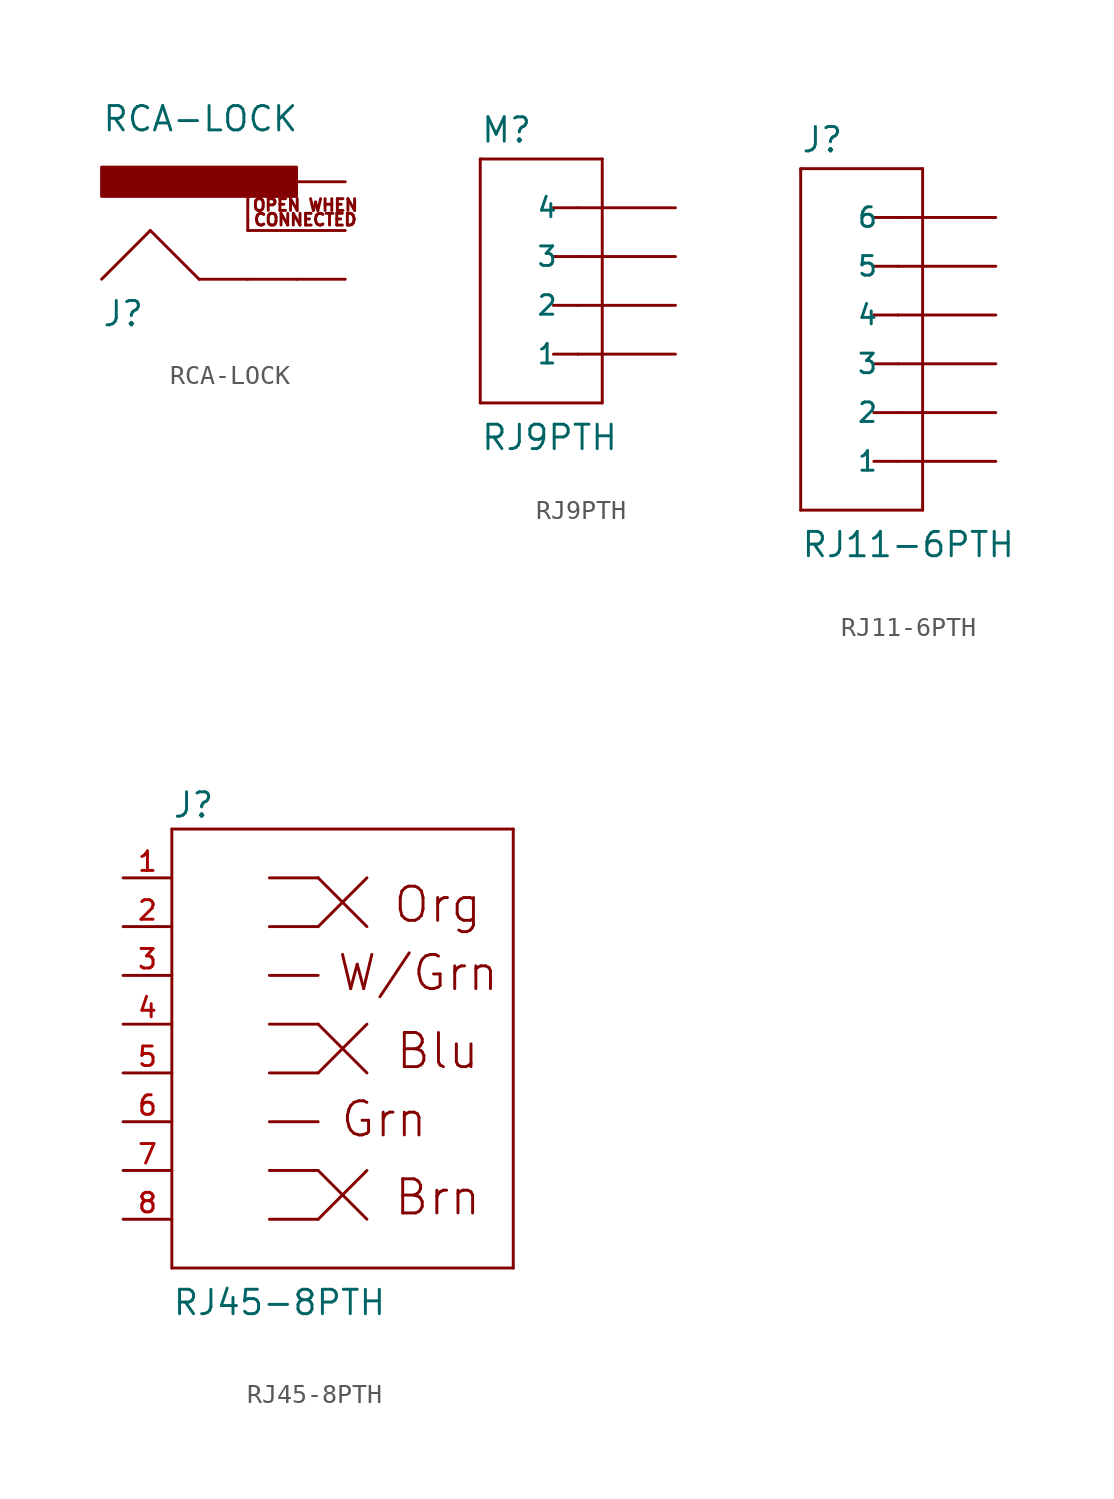
<source format=kicad_sym>
(kicad_symbol_lib
  (version 20211014)
  (generator kicad_symbol_editor)
  (symbol "RCA-LOCK"
    (pin_numbers hide)
    (pin_names
      (offset 1.016) hide)
    (property "Reference" "J"
      (at -12.7 -5.08 0)
      (effects (font (size 1.27 1.27)) (justify left bottom)))
    (property "Value" "RCA-LOCK"
      (at -12.7 5.08 0)
      (effects (font (size 1.27 1.27)) (justify left bottom)))
    (property "Datasheet" ""
      (at 0 0 0)
      (effects (font (size 1.524 1.524))))
    (property "ki_locked" ""
      (at 0 0 0)
      (effects (font (size 1.27 1.27))))
    (symbol "RCA-LOCK_1_0"
      (polyline (pts (xy -12.7 -2.54) (xy -10.16 0)) (stroke (width 0) (type default) (color 0 0 0 0)) (fill (type none)))
      (polyline (pts (xy -10.16 0) (xy -7.62 -2.54)) (stroke (width 0) (type default) (color 0 0 0 0)) (fill (type none)))
      (polyline (pts (xy -7.62 -2.54) (xy -5.08 -2.54)) (stroke (width 0) (type default) (color 0 0 0 0)) (fill (type none)))
      (polyline (pts (xy -5.08 -2.54) (xy -2.54 -2.54)) (stroke (width 0) (type default) (color 0 0 0 0)) (fill (type none)))
      (polyline (pts (xy -5.08 0) (xy -5.08 2.54)) (stroke (width 0) (type default) (color 0 0 0 0)) (fill (type none)))
      (polyline (pts (xy -5.08 0) (xy -2.54 0)) (stroke (width 0) (type default) (color 0 0 0 0)) (fill (type none)))
      (text "CONNECTED" (at -2.083 0.559 0) (effects (font (size 0.61 0.61))))
      (text "OPEN WHEN" (at -2.083 1.321 0) (effects (font (size 0.61 0.61)))))
    (symbol "RCA-LOCK_1_1"
      (rectangle (start -12.7 1.778) (end -2.54 3.302) (stroke (width 0) (type default) (color 0 0 0 0)) (fill (type outline)))
      (pin bidirectional line (at 0 2.54 180) (length 2.54) (name "PIN" (effects (font (size 1.016 1.016)))) (number "PIN" (effects (font (size 1.016 1.016)))))
      (pin bidirectional line (at 0 -2.54 180) (length 2.54) (name "SHELL" (effects (font (size 1.016 1.016)))) (number "SHEL" (effects (font (size 1.016 1.016)))))
      (pin bidirectional line (at 0 0 180) (length 2.54) (name "SWITCH" (effects (font (size 1.016 1.016)))) (number "SWIT" (effects (font (size 1.016 1.016)))))))
  (symbol "RJ9PTH"
    (pin_numbers hide)
    (pin_names
      (offset 1.016))
    (property "Reference" "M"
      (at -5.08 8.382 0)
      (effects (font (size 1.27 1.27)) (justify left bottom)))
    (property "Value" "RJ9PTH"
      (at -5.08 -7.62 0)
      (effects (font (size 1.27 1.27)) (justify left bottom)))
    (property "Datasheet" ""
      (at 0 0 0)
      (effects (font (size 1.524 1.524))))
    (property "ki_locked" ""
      (at 0 0 0)
      (effects (font (size 1.27 1.27))))
    (symbol "RJ9PTH_1_0"
      (polyline (pts (xy -5.08 7.62) (xy -5.08 -5.08)) (stroke (width 0) (type default) (color 0 0 0 0)) (fill (type none)))
      (polyline (pts (xy -5.08 7.62) (xy 1.27 7.62)) (stroke (width 0) (type default) (color 0 0 0 0)) (fill (type none)))
      (polyline (pts (xy -1.27 -2.54) (xy 0 -2.54)) (stroke (width 0) (type default) (color 0 0 0 0)) (fill (type none)))
      (polyline (pts (xy -1.27 0) (xy 0 0)) (stroke (width 0) (type default) (color 0 0 0 0)) (fill (type none)))
      (polyline (pts (xy -1.27 2.54) (xy 0 2.54)) (stroke (width 0) (type default) (color 0 0 0 0)) (fill (type none)))
      (polyline (pts (xy -1.27 5.08) (xy 0 5.08)) (stroke (width 0) (type default) (color 0 0 0 0)) (fill (type none)))
      (polyline (pts (xy 1.27 -5.08) (xy -5.08 -5.08)) (stroke (width 0) (type default) (color 0 0 0 0)) (fill (type none)))
      (polyline (pts (xy 1.27 -5.08) (xy 1.27 7.62)) (stroke (width 0) (type default) (color 0 0 0 0)) (fill (type none))))
    (symbol "RJ9PTH_1_1"
      (pin passive line (at 5.08 -2.54 180) (length 5.08) (name "1" (effects (font (size 1.016 1.016)))) (number "1" (effects (font (size 1.016 1.016)))))
      (pin passive line (at 5.08 0 180) (length 5.08) (name "2" (effects (font (size 1.016 1.016)))) (number "2" (effects (font (size 1.016 1.016)))))
      (pin passive line (at 5.08 2.54 180) (length 5.08) (name "3" (effects (font (size 1.016 1.016)))) (number "3" (effects (font (size 1.016 1.016)))))
      (pin passive line (at 5.08 5.08 180) (length 5.08) (name "4" (effects (font (size 1.016 1.016)))) (number "4" (effects (font (size 1.016 1.016)))))))
  (symbol "RJ11-6PTH"
    (pin_numbers hide)
    (pin_names
      (offset 1.016))
    (property "Reference" "J"
      (at -5.08 10.922 0)
      (effects (font (size 1.27 1.27)) (justify left bottom)))
    (property "Value" "RJ11-6PTH"
      (at -5.08 -10.16 0)
      (effects (font (size 1.27 1.27)) (justify left bottom)))
    (property "Datasheet" ""
      (at 0 0 0)
      (effects (font (size 1.524 1.524))))
    (property "ki_locked" ""
      (at 0 0 0)
      (effects (font (size 1.27 1.27))))
    (symbol "RJ11-6PTH_1_0"
      (polyline (pts (xy -5.08 10.16) (xy -5.08 -7.62)) (stroke (width 0) (type default) (color 0 0 0 0)) (fill (type none)))
      (polyline (pts (xy -5.08 10.16) (xy 1.27 10.16)) (stroke (width 0) (type default) (color 0 0 0 0)) (fill (type none)))
      (polyline (pts (xy -1.27 -5.08) (xy 0 -5.08)) (stroke (width 0) (type default) (color 0 0 0 0)) (fill (type none)))
      (polyline (pts (xy -1.27 -2.54) (xy 0 -2.54)) (stroke (width 0) (type default) (color 0 0 0 0)) (fill (type none)))
      (polyline (pts (xy -1.27 0) (xy 0 0)) (stroke (width 0) (type default) (color 0 0 0 0)) (fill (type none)))
      (polyline (pts (xy -1.27 2.54) (xy 0 2.54)) (stroke (width 0) (type default) (color 0 0 0 0)) (fill (type none)))
      (polyline (pts (xy -1.27 5.08) (xy 0 5.08)) (stroke (width 0) (type default) (color 0 0 0 0)) (fill (type none)))
      (polyline (pts (xy -1.27 7.62) (xy 0 7.62)) (stroke (width 0) (type default) (color 0 0 0 0)) (fill (type none)))
      (polyline (pts (xy 1.27 -7.62) (xy -5.08 -7.62)) (stroke (width 0) (type default) (color 0 0 0 0)) (fill (type none)))
      (polyline (pts (xy 1.27 -7.62) (xy 1.27 10.16)) (stroke (width 0) (type default) (color 0 0 0 0)) (fill (type none))))
    (symbol "RJ11-6PTH_1_1"
      (pin passive line (at 5.08 -5.08 180) (length 5.08) (name "1" (effects (font (size 1.016 1.016)))) (number "1" (effects (font (size 1.016 1.016)))))
      (pin passive line (at 5.08 -2.54 180) (length 5.08) (name "2" (effects (font (size 1.016 1.016)))) (number "2" (effects (font (size 1.016 1.016)))))
      (pin passive line (at 5.08 0 180) (length 5.08) (name "3" (effects (font (size 1.016 1.016)))) (number "3" (effects (font (size 1.016 1.016)))))
      (pin passive line (at 5.08 2.54 180) (length 5.08) (name "4" (effects (font (size 1.016 1.016)))) (number "4" (effects (font (size 1.016 1.016)))))
      (pin passive line (at 5.08 5.08 180) (length 5.08) (name "5" (effects (font (size 1.016 1.016)))) (number "5" (effects (font (size 1.016 1.016)))))
      (pin passive line (at 5.08 7.62 180) (length 5.08) (name "6" (effects (font (size 1.016 1.016)))) (number "6" (effects (font (size 1.016 1.016)))))))
  (symbol "RJ45-8PTH"
    (pin_names
      (offset 1.016) hide)
    (property "Reference" "J"
      (at -5.08 10.668 0)
      (effects (font (size 1.27 1.27)) (justify left bottom)))
    (property "Value" "RJ45-8PTH"
      (at -5.08 -15.24 0)
      (effects (font (size 1.27 1.27)) (justify left bottom)))
    (property "Datasheet" ""
      (at 0 0 0)
      (effects (font (size 1.524 1.524))))
    (property "ki_locked" ""
      (at 0 0 0)
      (effects (font (size 1.27 1.27))))
    (symbol "RJ45-8PTH_1_0"
      (polyline (pts (xy -5.08 -12.7) (xy 12.7 -12.7)) (stroke (width 0) (type default) (color 0 0 0 0)) (fill (type none)))
      (polyline (pts (xy -5.08 10.16) (xy -5.08 -12.7)) (stroke (width 0) (type default) (color 0 0 0 0)) (fill (type none)))
      (polyline (pts (xy 0 -10.16) (xy 2.54 -10.16)) (stroke (width 0) (type default) (color 0 0 0 0)) (fill (type none)))
      (polyline (pts (xy 0 -7.62) (xy 2.54 -7.62)) (stroke (width 0) (type default) (color 0 0 0 0)) (fill (type none)))
      (polyline (pts (xy 0 -5.08) (xy 2.54 -5.08)) (stroke (width 0) (type default) (color 0 0 0 0)) (fill (type none)))
      (polyline (pts (xy 0 -2.54) (xy 2.54 -2.54)) (stroke (width 0) (type default) (color 0 0 0 0)) (fill (type none)))
      (polyline (pts (xy 0 0) (xy 2.54 0)) (stroke (width 0) (type default) (color 0 0 0 0)) (fill (type none)))
      (polyline (pts (xy 0 2.54) (xy 2.54 2.54)) (stroke (width 0) (type default) (color 0 0 0 0)) (fill (type none)))
      (polyline (pts (xy 0 5.08) (xy 2.54 5.08)) (stroke (width 0) (type default) (color 0 0 0 0)) (fill (type none)))
      (polyline (pts (xy 0 7.62) (xy 2.54 7.62)) (stroke (width 0) (type default) (color 0 0 0 0)) (fill (type none)))
      (polyline (pts (xy 2.54 -10.16) (xy 5.08 -7.62)) (stroke (width 0) (type default) (color 0 0 0 0)) (fill (type none)))
      (polyline (pts (xy 2.54 -7.62) (xy 5.08 -10.16)) (stroke (width 0) (type default) (color 0 0 0 0)) (fill (type none)))
      (polyline (pts (xy 2.54 -2.54) (xy 5.08 0)) (stroke (width 0) (type default) (color 0 0 0 0)) (fill (type none)))
      (polyline (pts (xy 2.54 0) (xy 5.08 -2.54)) (stroke (width 0) (type default) (color 0 0 0 0)) (fill (type none)))
      (polyline (pts (xy 2.54 5.08) (xy 5.08 7.62)) (stroke (width 0) (type default) (color 0 0 0 0)) (fill (type none)))
      (polyline (pts (xy 2.54 7.62) (xy 5.08 5.08)) (stroke (width 0) (type default) (color 0 0 0 0)) (fill (type none)))
      (polyline (pts (xy 12.7 -12.7) (xy 12.7 10.16)) (stroke (width 0) (type default) (color 0 0 0 0)) (fill (type none)))
      (polyline (pts (xy 12.7 10.16) (xy -5.08 10.16)) (stroke (width 0) (type default) (color 0 0 0 0)) (fill (type none)))
      (text "Blu" (at 8.763 -1.397 0) (effects (font (size 1.778 1.778))))
      (text "Brn" (at 8.763 -9.017 0) (effects (font (size 1.778 1.778))))
      (text "Grn" (at 5.969 -4.953 0) (effects (font (size 1.778 1.778))))
      (text "Org" (at 8.763 6.223 0) (effects (font (size 1.778 1.778))))
      (text "W/Grn" (at 7.747 2.667 0) (effects (font (size 1.778 1.778)))))
    (symbol "RJ45-8PTH_1_1"
      (pin bidirectional line (at -7.62 7.62 0) (length 2.54) (name "1" (effects (font (size 1.016 1.016)))) (number "1" (effects (font (size 1.016 1.016)))))
      (pin bidirectional line (at -7.62 5.08 0) (length 2.54) (name "2" (effects (font (size 1.016 1.016)))) (number "2" (effects (font (size 1.016 1.016)))))
      (pin bidirectional line (at -7.62 2.54 0) (length 2.54) (name "3" (effects (font (size 1.016 1.016)))) (number "3" (effects (font (size 1.016 1.016)))))
      (pin bidirectional line (at -7.62 0 0) (length 2.54) (name "4" (effects (font (size 1.016 1.016)))) (number "4" (effects (font (size 1.016 1.016)))))
      (pin bidirectional line (at -7.62 -2.54 0) (length 2.54) (name "5" (effects (font (size 1.016 1.016)))) (number "5" (effects (font (size 1.016 1.016)))))
      (pin bidirectional line (at -7.62 -5.08 0) (length 2.54) (name "6" (effects (font (size 1.016 1.016)))) (number "6" (effects (font (size 1.016 1.016)))))
      (pin bidirectional line (at -7.62 -7.62 0) (length 2.54) (name "7" (effects (font (size 1.016 1.016)))) (number "7" (effects (font (size 1.016 1.016)))))
      (pin bidirectional line (at -7.62 -10.16 0) (length 2.54) (name "8" (effects (font (size 1.016 1.016)))) (number "8" (effects (font (size 1.016 1.016))))))))
</source>
